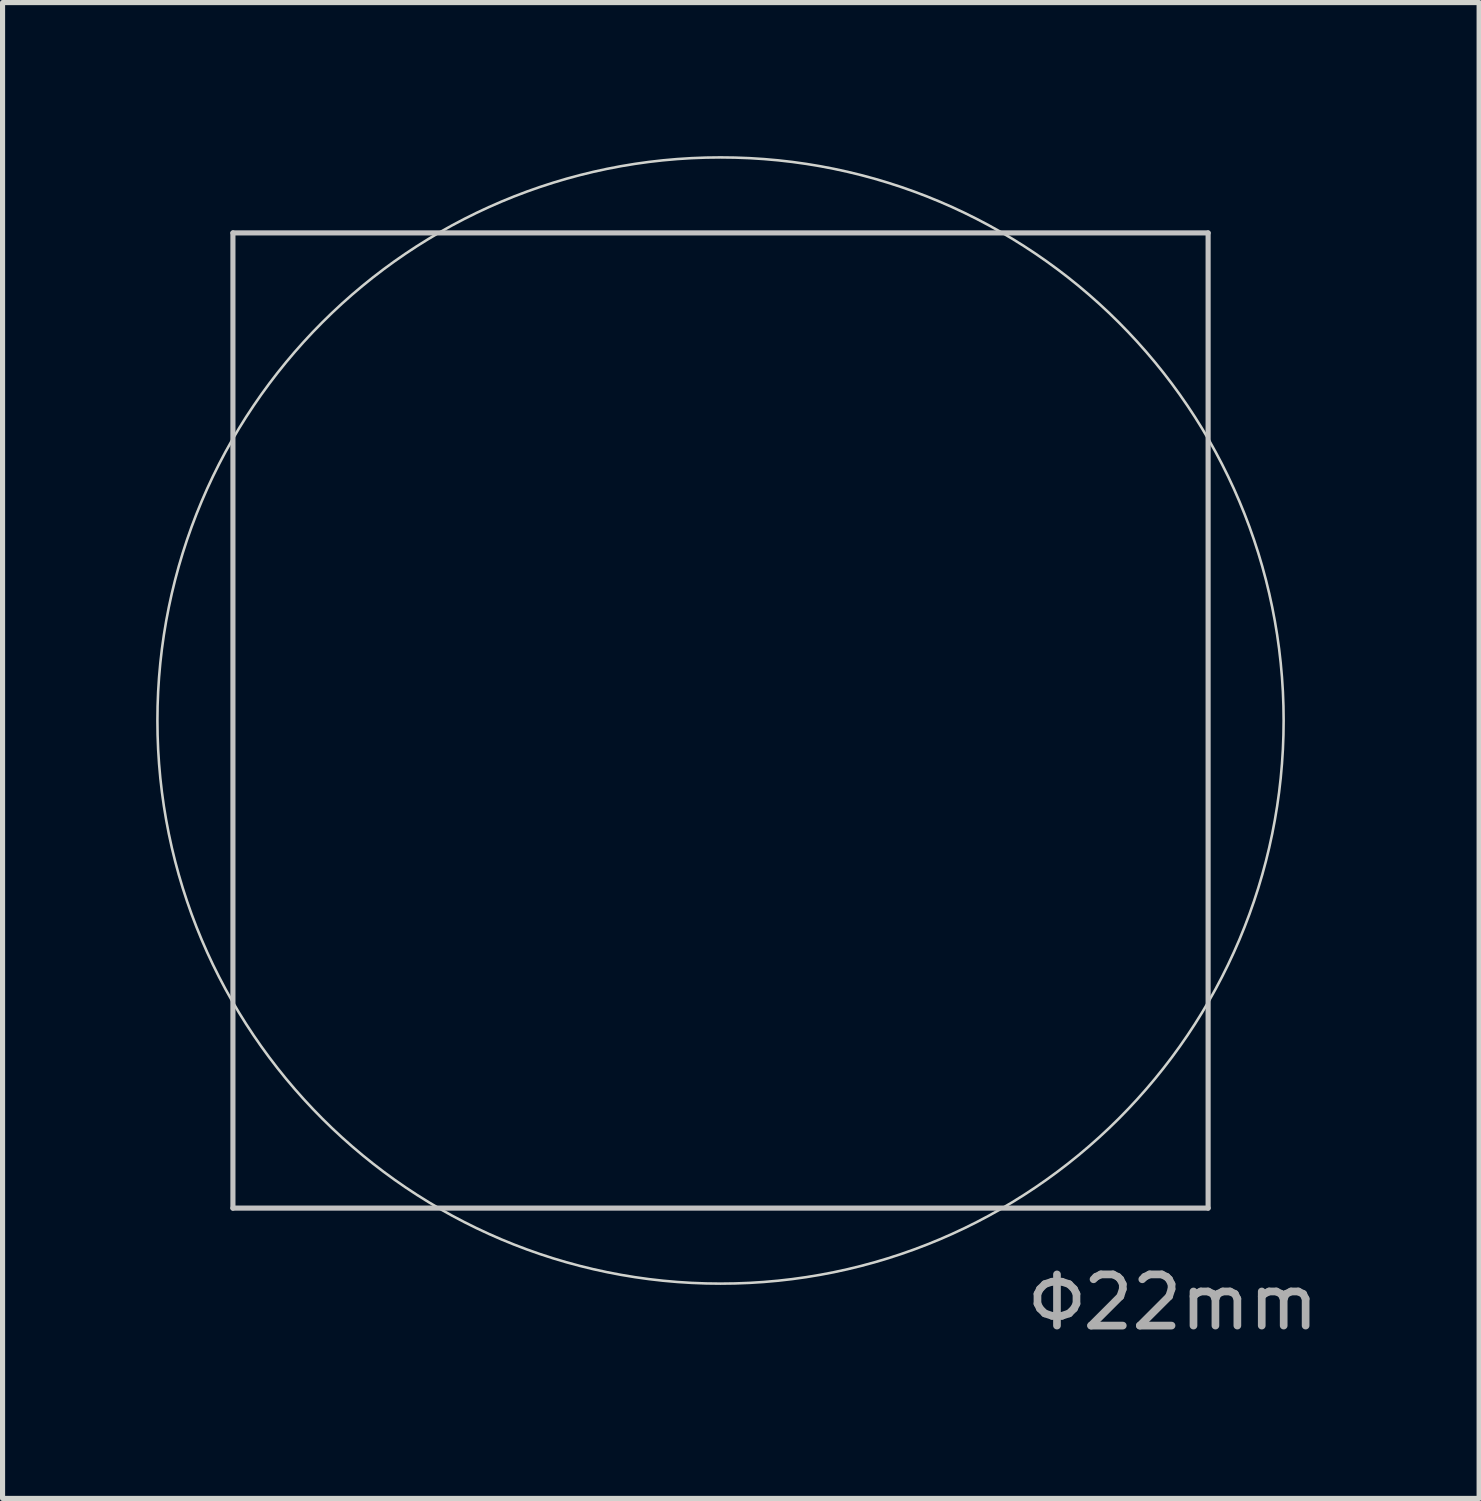
<source format=kicad_pcb>
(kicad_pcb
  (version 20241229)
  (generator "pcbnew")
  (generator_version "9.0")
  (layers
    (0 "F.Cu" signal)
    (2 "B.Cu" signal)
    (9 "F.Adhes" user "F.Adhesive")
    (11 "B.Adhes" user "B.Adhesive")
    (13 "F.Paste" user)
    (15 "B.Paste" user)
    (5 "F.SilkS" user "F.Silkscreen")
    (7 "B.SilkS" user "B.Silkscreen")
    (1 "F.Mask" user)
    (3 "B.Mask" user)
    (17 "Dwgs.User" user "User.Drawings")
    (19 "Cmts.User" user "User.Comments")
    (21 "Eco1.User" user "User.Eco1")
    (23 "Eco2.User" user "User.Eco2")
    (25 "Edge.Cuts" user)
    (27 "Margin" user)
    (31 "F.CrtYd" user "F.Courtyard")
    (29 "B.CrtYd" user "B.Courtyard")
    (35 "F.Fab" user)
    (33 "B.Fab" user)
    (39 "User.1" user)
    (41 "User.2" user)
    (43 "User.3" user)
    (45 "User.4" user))
  (footprint "SW_hole_for_ceil"
    (layer "F.Cu")
    (at 11.025 11.025)
    (property "Reference" "SW_hole_for_ceil" (at 5.3 -8.5 0) (layer "Eco1.User") (effects (font (size 1 1) (thickness 0.15))))
    (attr through_hole)
    (fp_line (start -9.525 -9.525) (end -9.525 9.525) (stroke (width 0.1) (type solid)) (layer "Dwgs.User"))
    (fp_line (start -9.525 9.525) (end 9.525 9.525) (stroke (width 0.1) (type solid)) (layer "Dwgs.User"))
    (fp_line (start 9.525 -9.525) (end -9.525 -9.525) (stroke (width 0.1) (type solid)) (layer "Dwgs.User"))
    (fp_line (start 9.525 9.525) (end 9.525 -9.525) (stroke (width 0.1) (type solid)) (layer "Dwgs.User"))
    (fp_circle (center 0 0) (end 11 0) (stroke (width 0.05) (type default)) (fill no) (layer "Edge.Cuts"))
    (fp_text user "Φ22mm" (at 5.95 11.95 0) (unlocked yes) (layer "F.Fab") (effects (font (size 1 1) (thickness 0.15)) (justify left bottom))))
  (gr_rect
    (start -3 -3)
    (end 25.844 26.221)
    (stroke (width 0.1) (type default))
    (fill no)
    (layer "Edge.Cuts")))
</source>
